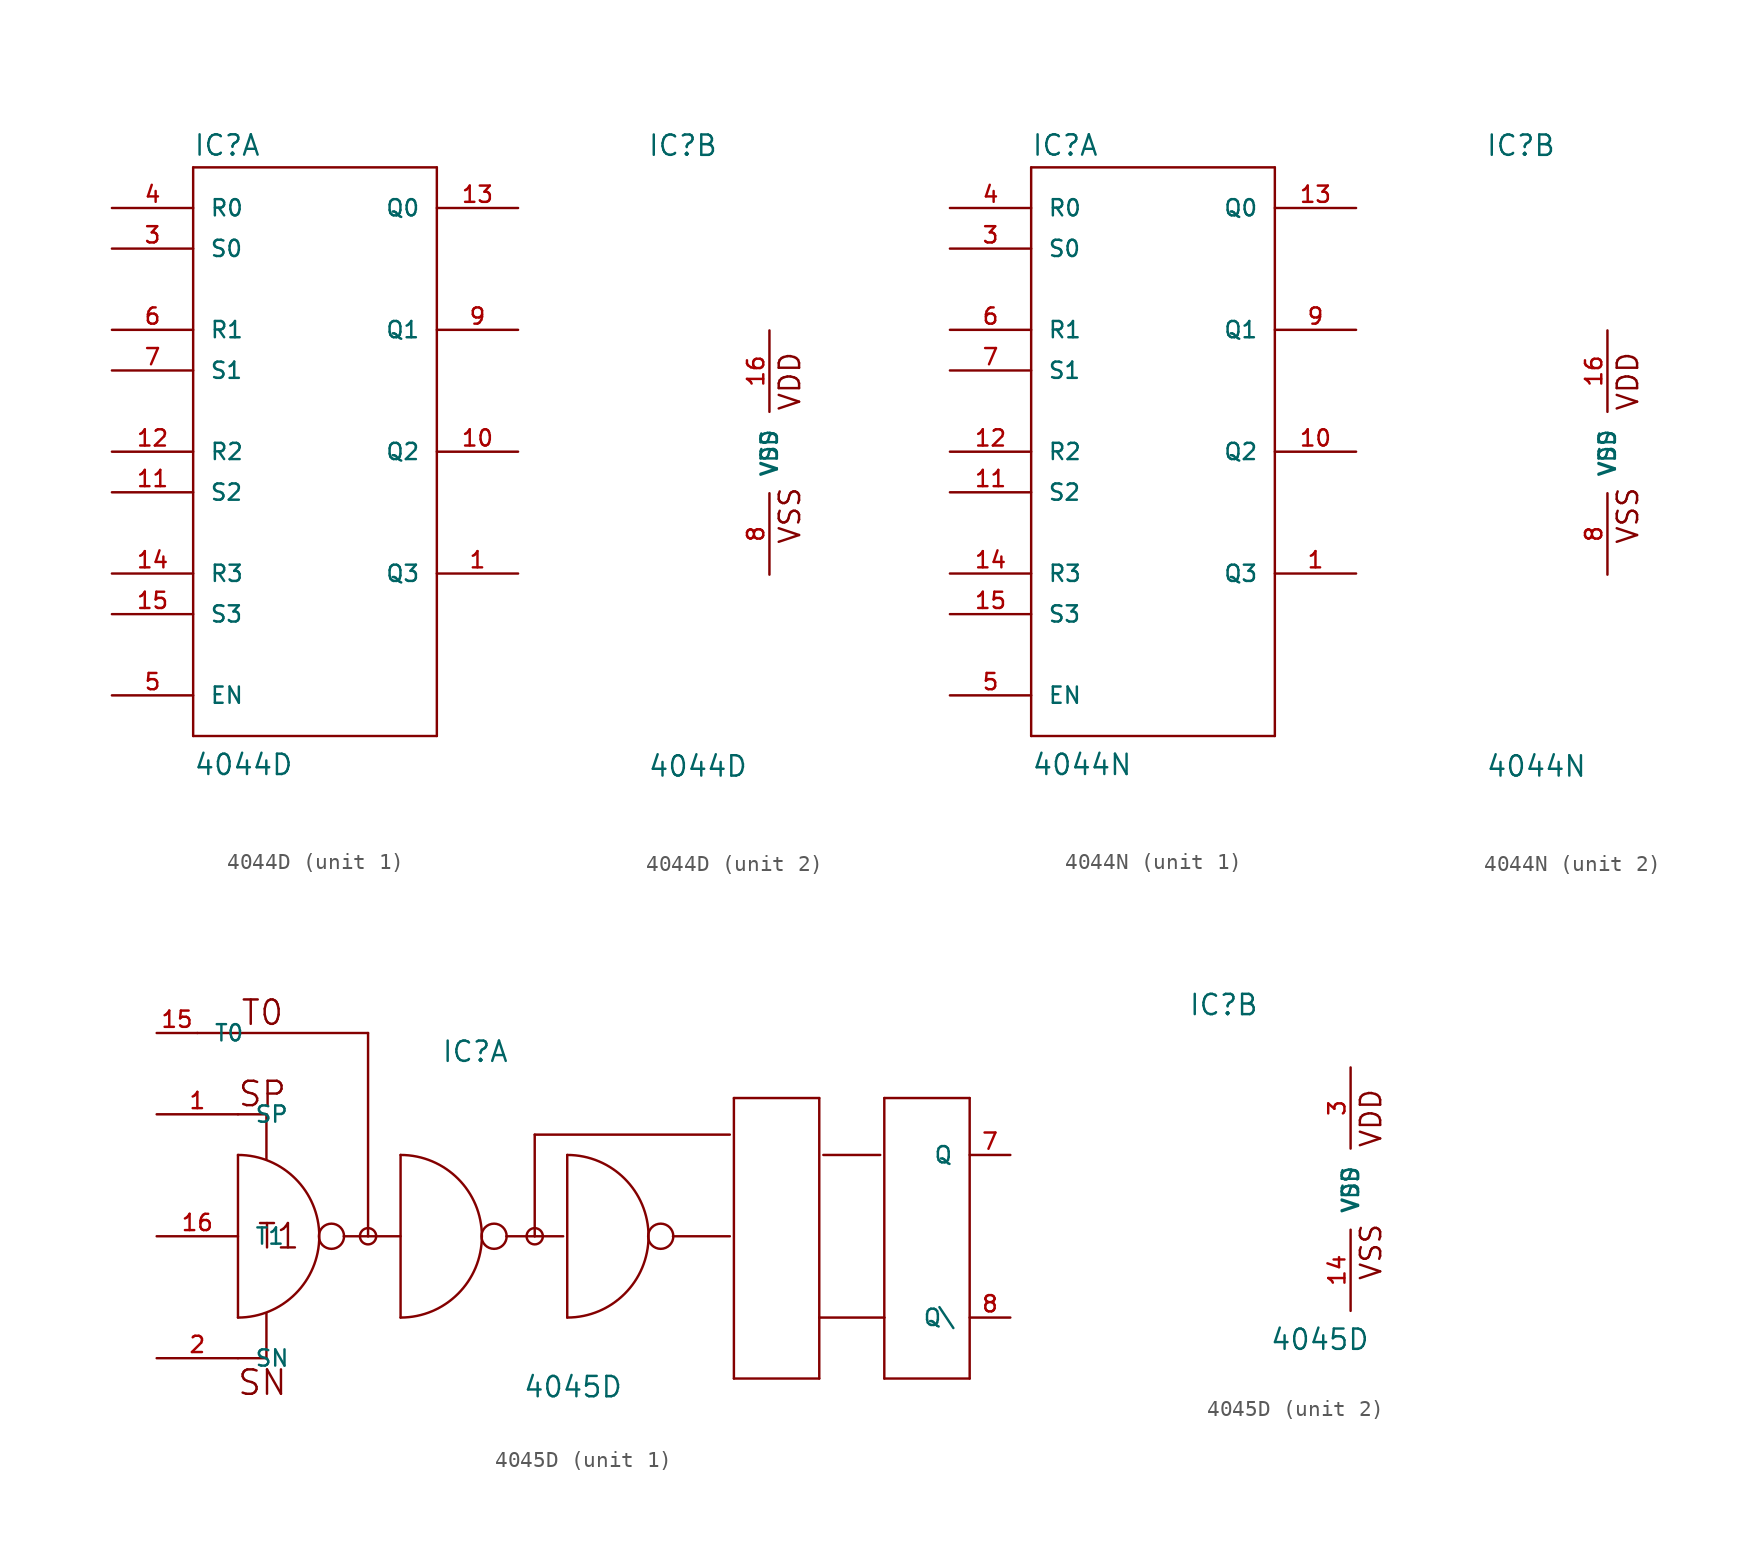
<source format=kicad_sym>
(kicad_symbol_lib
  (version 20211014)
  (generator kicad_symbol_editor)
  (symbol "4044D"
    (pin_names
      (offset 1.016))
    (property "Reference" "IC"
      (at -7.62 18.415 0)
      (effects (font (size 1.27 1.27)) (justify left bottom)))
    (property "Value" "4044D"
      (at -7.62 -20.32 0)
      (effects (font (size 1.27 1.27)) (justify left bottom)))
    (property "ki_locked" ""
      (at 0 0 0)
      (effects (font (size 1.27 1.27))))
    (symbol "4044D_1_0"
      (polyline (pts (xy -7.62 -17.78) (xy 7.62 -17.78)) (stroke (width 0) (type default) (color 0 0 0 0)) (fill (type none)))
      (polyline (pts (xy -7.62 17.78) (xy -7.62 -17.78)) (stroke (width 0) (type default) (color 0 0 0 0)) (fill (type none)))
      (polyline (pts (xy 7.62 -17.78) (xy 7.62 17.78)) (stroke (width 0) (type default) (color 0 0 0 0)) (fill (type none)))
      (polyline (pts (xy 7.62 17.78) (xy -7.62 17.78)) (stroke (width 0) (type default) (color 0 0 0 0)) (fill (type none))))
    (symbol "4044D_1_1"
      (pin output line (at 12.7 -7.62 180) (length 5.08) (name "Q3" (effects (font (size 1.016 1.016)))) (number "1" (effects (font (size 1.016 1.016)))))
      (pin output line (at 12.7 0 180) (length 5.08) (name "Q2" (effects (font (size 1.016 1.016)))) (number "10" (effects (font (size 1.016 1.016)))))
      (pin input line (at -12.7 -2.54 0) (length 5.08) (name "S2" (effects (font (size 1.016 1.016)))) (number "11" (effects (font (size 1.016 1.016)))))
      (pin input line (at -12.7 0 0) (length 5.08) (name "R2" (effects (font (size 1.016 1.016)))) (number "12" (effects (font (size 1.016 1.016)))))
      (pin output line (at 12.7 15.24 180) (length 5.08) (name "Q0" (effects (font (size 1.016 1.016)))) (number "13" (effects (font (size 1.016 1.016)))))
      (pin input line (at -12.7 -7.62 0) (length 5.08) (name "R3" (effects (font (size 1.016 1.016)))) (number "14" (effects (font (size 1.016 1.016)))))
      (pin input line (at -12.7 -10.16 0) (length 5.08) (name "S3" (effects (font (size 1.016 1.016)))) (number "15" (effects (font (size 1.016 1.016)))))
      (pin input line (at -12.7 12.7 0) (length 5.08) (name "S0" (effects (font (size 1.016 1.016)))) (number "3" (effects (font (size 1.016 1.016)))))
      (pin input line (at -12.7 15.24 0) (length 5.08) (name "R0" (effects (font (size 1.016 1.016)))) (number "4" (effects (font (size 1.016 1.016)))))
      (pin input line (at -12.7 -15.24 0) (length 5.08) (name "EN" (effects (font (size 1.016 1.016)))) (number "5" (effects (font (size 1.016 1.016)))))
      (pin input line (at -12.7 7.62 0) (length 5.08) (name "R1" (effects (font (size 1.016 1.016)))) (number "6" (effects (font (size 1.016 1.016)))))
      (pin input line (at -12.7 5.08 0) (length 5.08) (name "S1" (effects (font (size 1.016 1.016)))) (number "7" (effects (font (size 1.016 1.016)))))
      (pin output line (at 12.7 7.62 180) (length 5.08) (name "Q1" (effects (font (size 1.016 1.016)))) (number "9" (effects (font (size 1.016 1.016))))))
    (symbol "4044D_2_0"
      (text "VDD" (at 1.27 4.445 1) (effects (font (size 1.27 1.27))))
      (text "VSS" (at 1.27 -3.937 1) (effects (font (size 1.27 1.27)))))
    (symbol "4044D_2_1"
      (pin power_in line (at 0 7.62 270) (length 5.08) (name "VDD" (effects (font (size 1.016 1.016)))) (number "16" (effects (font (size 1.016 1.016)))))
      (pin power_in line (at 0 -7.62 90) (length 5.08) (name "VSS" (effects (font (size 1.016 1.016)))) (number "8" (effects (font (size 1.016 1.016)))))))
  (symbol "4044N"
    (pin_names
      (offset 1.016))
    (property "Reference" "IC"
      (at -7.62 18.415 0)
      (effects (font (size 1.27 1.27)) (justify left bottom)))
    (property "Value" "4044N"
      (at -7.62 -20.32 0)
      (effects (font (size 1.27 1.27)) (justify left bottom)))
    (property "ki_locked" ""
      (at 0 0 0)
      (effects (font (size 1.27 1.27))))
    (symbol "4044N_1_0"
      (polyline (pts (xy -7.62 -17.78) (xy 7.62 -17.78)) (stroke (width 0) (type default) (color 0 0 0 0)) (fill (type none)))
      (polyline (pts (xy -7.62 17.78) (xy -7.62 -17.78)) (stroke (width 0) (type default) (color 0 0 0 0)) (fill (type none)))
      (polyline (pts (xy 7.62 -17.78) (xy 7.62 17.78)) (stroke (width 0) (type default) (color 0 0 0 0)) (fill (type none)))
      (polyline (pts (xy 7.62 17.78) (xy -7.62 17.78)) (stroke (width 0) (type default) (color 0 0 0 0)) (fill (type none))))
    (symbol "4044N_1_1"
      (pin output line (at 12.7 -7.62 180) (length 5.08) (name "Q3" (effects (font (size 1.016 1.016)))) (number "1" (effects (font (size 1.016 1.016)))))
      (pin output line (at 12.7 0 180) (length 5.08) (name "Q2" (effects (font (size 1.016 1.016)))) (number "10" (effects (font (size 1.016 1.016)))))
      (pin input line (at -12.7 -2.54 0) (length 5.08) (name "S2" (effects (font (size 1.016 1.016)))) (number "11" (effects (font (size 1.016 1.016)))))
      (pin input line (at -12.7 0 0) (length 5.08) (name "R2" (effects (font (size 1.016 1.016)))) (number "12" (effects (font (size 1.016 1.016)))))
      (pin output line (at 12.7 15.24 180) (length 5.08) (name "Q0" (effects (font (size 1.016 1.016)))) (number "13" (effects (font (size 1.016 1.016)))))
      (pin input line (at -12.7 -7.62 0) (length 5.08) (name "R3" (effects (font (size 1.016 1.016)))) (number "14" (effects (font (size 1.016 1.016)))))
      (pin input line (at -12.7 -10.16 0) (length 5.08) (name "S3" (effects (font (size 1.016 1.016)))) (number "15" (effects (font (size 1.016 1.016)))))
      (pin input line (at -12.7 12.7 0) (length 5.08) (name "S0" (effects (font (size 1.016 1.016)))) (number "3" (effects (font (size 1.016 1.016)))))
      (pin input line (at -12.7 15.24 0) (length 5.08) (name "R0" (effects (font (size 1.016 1.016)))) (number "4" (effects (font (size 1.016 1.016)))))
      (pin input line (at -12.7 -15.24 0) (length 5.08) (name "EN" (effects (font (size 1.016 1.016)))) (number "5" (effects (font (size 1.016 1.016)))))
      (pin input line (at -12.7 7.62 0) (length 5.08) (name "R1" (effects (font (size 1.016 1.016)))) (number "6" (effects (font (size 1.016 1.016)))))
      (pin input line (at -12.7 5.08 0) (length 5.08) (name "S1" (effects (font (size 1.016 1.016)))) (number "7" (effects (font (size 1.016 1.016)))))
      (pin output line (at 12.7 7.62 180) (length 5.08) (name "Q1" (effects (font (size 1.016 1.016)))) (number "9" (effects (font (size 1.016 1.016))))))
    (symbol "4044N_2_0"
      (text "VDD" (at 1.27 4.445 1) (effects (font (size 1.27 1.27))))
      (text "VSS" (at 1.27 -3.937 1) (effects (font (size 1.27 1.27)))))
    (symbol "4044N_2_1"
      (pin power_in line (at 0 7.62 270) (length 5.08) (name "VDD" (effects (font (size 1.016 1.016)))) (number "16" (effects (font (size 1.016 1.016)))))
      (pin power_in line (at 0 -7.62 90) (length 5.08) (name "VSS" (effects (font (size 1.016 1.016)))) (number "8" (effects (font (size 1.016 1.016)))))))
  (symbol "4045D"
    (pin_names
      (offset 1.016))
    (property "Reference" "IC"
      (at -10.16 10.795 0)
      (effects (font (size 1.27 1.27)) (justify left bottom)))
    (property "Value" "4045D"
      (at -5.08 -10.16 0)
      (effects (font (size 1.27 1.27)) (justify left bottom)))
    (property "ki_locked" ""
      (at 0 0 0)
      (effects (font (size 1.27 1.27))))
    (symbol "4045D_1_0"
      (polyline (pts (xy -25.4 12.7) (xy -14.732 12.7)) (stroke (width 0) (type default) (color 0 0 0 0)) (fill (type none)))
      (polyline (pts (xy -22.86 -7.62) (xy -21.082 -7.62)) (stroke (width 0) (type default) (color 0 0 0 0)) (fill (type none)))
      (polyline (pts (xy -22.86 5.08) (xy -22.86 -5.08)) (stroke (width 0) (type default) (color 0 0 0 0)) (fill (type none)))
      (polyline (pts (xy -22.86 7.62) (xy -21.082 7.62)) (stroke (width 0) (type default) (color 0 0 0 0)) (fill (type none)))
      (polyline (pts (xy -21.082 -7.62) (xy -21.082 -4.826)) (stroke (width 0) (type default) (color 0 0 0 0)) (fill (type none)))
      (polyline (pts (xy -21.082 7.62) (xy -21.082 4.826)) (stroke (width 0) (type default) (color 0 0 0 0)) (fill (type none)))
      (polyline (pts (xy -16.256 0) (xy -14.732 0)) (stroke (width 0) (type default) (color 0 0 0 0)) (fill (type none)))
      (polyline (pts (xy -14.732 0) (xy -12.7 0)) (stroke (width 0) (type default) (color 0 0 0 0)) (fill (type none)))
      (polyline (pts (xy -14.732 12.7) (xy -14.732 0)) (stroke (width 0) (type default) (color 0 0 0 0)) (fill (type none)))
      (polyline (pts (xy -12.7 5.08) (xy -12.7 -5.08)) (stroke (width 0) (type default) (color 0 0 0 0)) (fill (type none)))
      (polyline (pts (xy -6.096 0) (xy -4.318 0)) (stroke (width 0) (type default) (color 0 0 0 0)) (fill (type none)))
      (polyline (pts (xy -4.318 0) (xy -4.318 6.35)) (stroke (width 0) (type default) (color 0 0 0 0)) (fill (type none)))
      (polyline (pts (xy -4.318 0) (xy -2.54 0)) (stroke (width 0) (type default) (color 0 0 0 0)) (fill (type none)))
      (polyline (pts (xy -4.318 6.35) (xy 7.874 6.35)) (stroke (width 0) (type default) (color 0 0 0 0)) (fill (type none)))
      (polyline (pts (xy -2.286 5.08) (xy -2.286 -5.08)) (stroke (width 0) (type default) (color 0 0 0 0)) (fill (type none)))
      (polyline (pts (xy 4.318 0) (xy 7.874 0)) (stroke (width 0) (type default) (color 0 0 0 0)) (fill (type none)))
      (polyline (pts (xy 8.128 -8.89) (xy 13.462 -8.89)) (stroke (width 0) (type default) (color 0 0 0 0)) (fill (type none)))
      (polyline (pts (xy 8.128 8.636) (xy 8.128 -8.89)) (stroke (width 0) (type default) (color 0 0 0 0)) (fill (type none)))
      (polyline (pts (xy 13.462 -8.89) (xy 13.462 -5.08)) (stroke (width 0) (type default) (color 0 0 0 0)) (fill (type none)))
      (polyline (pts (xy 13.462 -5.08) (xy 13.462 8.636)) (stroke (width 0) (type default) (color 0 0 0 0)) (fill (type none)))
      (polyline (pts (xy 13.462 -5.08) (xy 17.526 -5.08)) (stroke (width 0) (type default) (color 0 0 0 0)) (fill (type none)))
      (polyline (pts (xy 13.462 8.636) (xy 8.128 8.636)) (stroke (width 0) (type default) (color 0 0 0 0)) (fill (type none)))
      (polyline (pts (xy 13.716 5.08) (xy 17.272 5.08)) (stroke (width 0) (type default) (color 0 0 0 0)) (fill (type none)))
      (polyline (pts (xy 17.526 -8.89) (xy 22.86 -8.89)) (stroke (width 0) (type default) (color 0 0 0 0)) (fill (type none)))
      (polyline (pts (xy 17.526 -5.08) (xy 17.526 -8.89)) (stroke (width 0) (type default) (color 0 0 0 0)) (fill (type none)))
      (polyline (pts (xy 17.526 8.636) (xy 17.526 -5.08)) (stroke (width 0) (type default) (color 0 0 0 0)) (fill (type none)))
      (polyline (pts (xy 22.86 -8.89) (xy 22.86 8.636)) (stroke (width 0) (type default) (color 0 0 0 0)) (fill (type none)))
      (polyline (pts (xy 22.86 8.636) (xy 17.526 8.636)) (stroke (width 0) (type default) (color 0 0 0 0)) (fill (type none)))
      (text "SN" (at -21.336 -9.144 0) (effects (font (size 1.524 1.524))))
      (text "SP" (at -21.336 8.89 0) (effects (font (size 1.524 1.524))))
      (text "T0" (at -21.336 13.97 0) (effects (font (size 1.524 1.524))))
      (text "T1" (at -20.32 0 0) (effects (font (size 1.524 1.524)))))
    (symbol "4045D_1_1"
      (arc (start -22.86 -5.08) (mid -17.78 0) (end -22.86 5.08) (stroke (width 0) (type default) (color 0 0 0 0)) (fill (type none)))
      (circle (center -17.018 0) (radius 0.787) (stroke (width 0) (type default) (color 0 0 0 0)) (fill (type none)))
      (circle (center -14.732 0) (radius 0.508) (stroke (width 0) (type default) (color 0 0 0 0)) (fill (type none)))
      (arc (start -12.7 -5.08) (mid -7.62 0) (end -12.7 5.08) (stroke (width 0) (type default) (color 0 0 0 0)) (fill (type none)))
      (circle (center -6.858 0) (radius 0.787) (stroke (width 0) (type default) (color 0 0 0 0)) (fill (type none)))
      (circle (center -4.318 0) (radius 0.508) (stroke (width 0) (type default) (color 0 0 0 0)) (fill (type none)))
      (arc (start -2.286 -5.08) (mid 2.794 0) (end -2.286 5.08) (stroke (width 0) (type default) (color 0 0 0 0)) (fill (type none)))
      (circle (center 3.556 0) (radius 0.787) (stroke (width 0) (type default) (color 0 0 0 0)) (fill (type none)))
      (pin input line (at -27.94 7.62 0) (length 5.08) (name "SP" (effects (font (size 1.016 1.016)))) (number "1" (effects (font (size 1.016 1.016)))))
      (pin input line (at -27.94 12.7 0) (length 2.54) (name "T0" (effects (font (size 1.016 1.016)))) (number "15" (effects (font (size 1.016 1.016)))))
      (pin input line (at -27.94 0 0) (length 5.08) (name "T1" (effects (font (size 1.016 1.016)))) (number "16" (effects (font (size 1.016 1.016)))))
      (pin input line (at -27.94 -7.62 0) (length 5.08) (name "SN" (effects (font (size 1.016 1.016)))) (number "2" (effects (font (size 1.016 1.016)))))
      (pin input line (at 25.4 5.08 180) (length 2.54) (name "Q" (effects (font (size 1.016 1.016)))) (number "7" (effects (font (size 1.016 1.016)))))
      (pin input line (at 25.4 -5.08 180) (length 2.54) (name "Q\\" (effects (font (size 1.016 1.016)))) (number "8" (effects (font (size 1.016 1.016))))))
    (symbol "4045D_2_0"
      (text "VDD" (at 1.27 4.445 1) (effects (font (size 1.27 1.27))))
      (text "VSS" (at 1.27 -3.937 1) (effects (font (size 1.27 1.27)))))
    (symbol "4045D_2_1"
      (pin power_in line (at 0 -7.62 90) (length 5.08) (name "VSS" (effects (font (size 1.016 1.016)))) (number "14" (effects (font (size 1.016 1.016)))))
      (pin power_in line (at 0 7.62 270) (length 5.08) (name "VDD" (effects (font (size 1.016 1.016)))) (number "3" (effects (font (size 1.016 1.016))))))))
</source>
